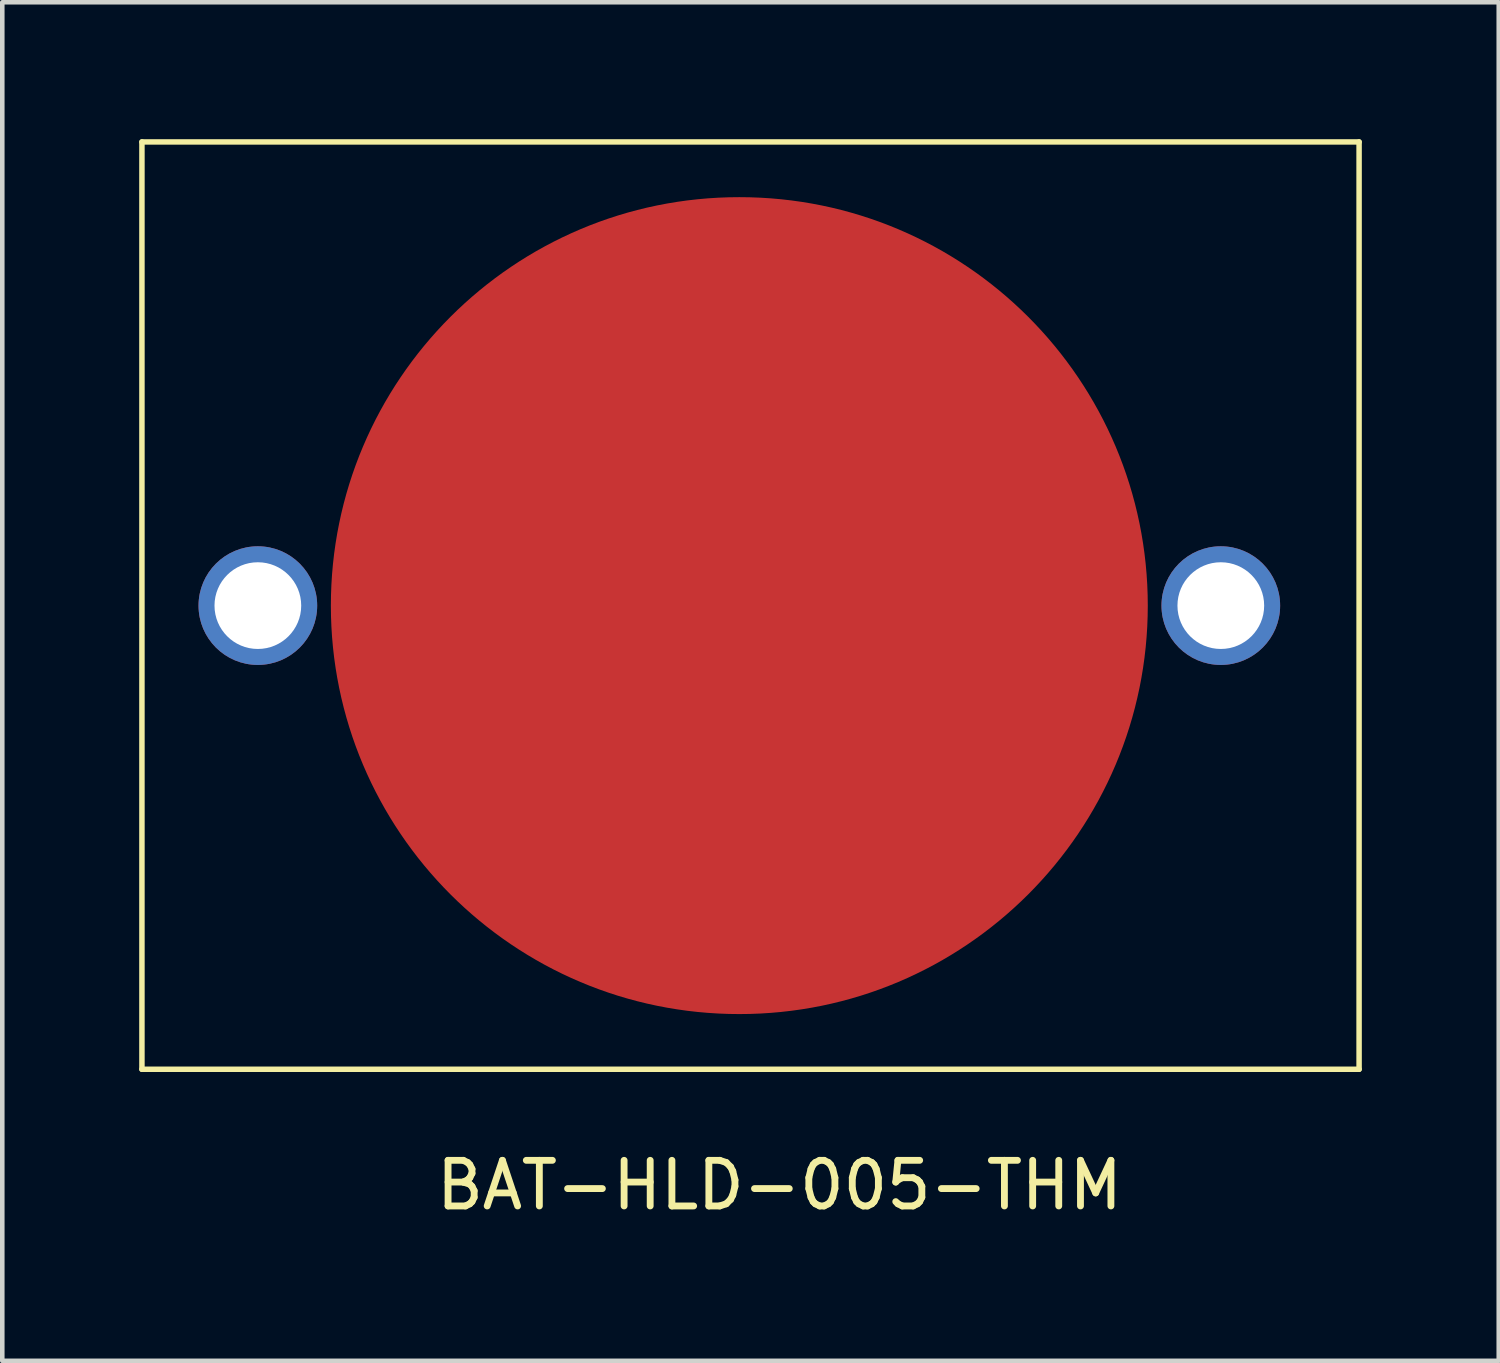
<source format=kicad_pcb>
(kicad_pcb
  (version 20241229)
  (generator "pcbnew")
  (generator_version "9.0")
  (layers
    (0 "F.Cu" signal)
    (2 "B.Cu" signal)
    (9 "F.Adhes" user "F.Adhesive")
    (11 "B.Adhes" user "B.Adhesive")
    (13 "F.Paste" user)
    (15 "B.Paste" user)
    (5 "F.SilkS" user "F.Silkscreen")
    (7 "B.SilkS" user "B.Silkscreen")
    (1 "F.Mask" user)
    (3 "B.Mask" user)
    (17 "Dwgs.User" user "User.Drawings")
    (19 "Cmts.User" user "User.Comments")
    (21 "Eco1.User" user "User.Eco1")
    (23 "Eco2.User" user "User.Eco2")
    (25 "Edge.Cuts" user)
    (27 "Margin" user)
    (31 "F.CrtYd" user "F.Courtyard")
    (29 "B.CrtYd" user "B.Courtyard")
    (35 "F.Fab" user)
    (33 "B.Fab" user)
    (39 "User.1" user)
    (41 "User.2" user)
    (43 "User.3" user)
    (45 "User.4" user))
  (footprint "BAT-HLD-005-THM"
    (layer "F.Cu")
    (at 2.6 10.22)
    (property "Reference" "BAT-HLD-005-THM" (at 11.43 12.7 0) (layer "F.SilkS") (effects (font (size 1 1) (thickness 0.15))))
    (attr through_hole)
    (fp_line (start -2.54 -10.16) (end -2.54 10.16) (stroke (width 0.12) (type solid)) (layer "F.SilkS"))
    (fp_line (start -2.54 10.16) (end 24.13 10.16) (stroke (width 0.12) (type solid)) (layer "F.SilkS"))
    (fp_line (start 24.13 -10.16) (end -2.54 -10.16) (stroke (width 0.12) (type solid)) (layer "F.SilkS"))
    (fp_line (start 24.13 -10.16) (end 24.13 10.16) (stroke (width 0.12) (type solid)) (layer "F.SilkS"))
    (pad "1" thru_hole circle (at 0 0) (size 2.6 2.6) (drill 1.9) (layers "*.Cu" "*.Mask"))
    (pad "2" thru_hole circle (at 21.1 0) (size 2.6 2.6) (drill 1.9) (layers "*.Cu" "*.Mask"))
    (pad "3" smd circle (at 10.55 0) (size 17.9 17.9) (layers "F.Cu" "F.Mask" "F.Paste")))
  (gr_rect
    (start -3 -3)
    (end 29.79 26.768)
    (stroke (width 0.1) (type default))
    (fill no)
    (layer "Edge.Cuts")))
</source>
